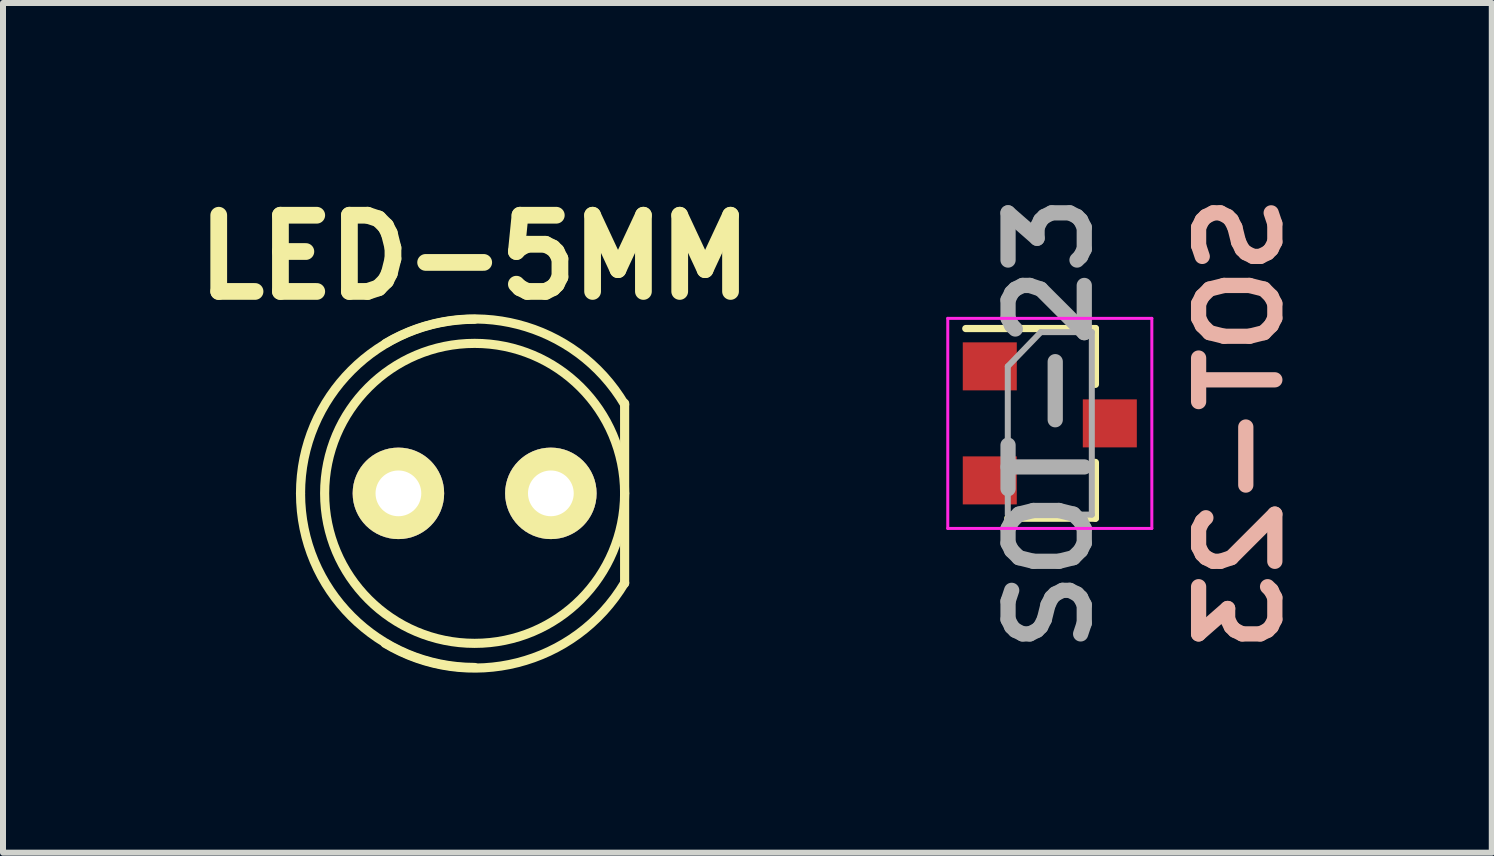
<source format=kicad_pcb>
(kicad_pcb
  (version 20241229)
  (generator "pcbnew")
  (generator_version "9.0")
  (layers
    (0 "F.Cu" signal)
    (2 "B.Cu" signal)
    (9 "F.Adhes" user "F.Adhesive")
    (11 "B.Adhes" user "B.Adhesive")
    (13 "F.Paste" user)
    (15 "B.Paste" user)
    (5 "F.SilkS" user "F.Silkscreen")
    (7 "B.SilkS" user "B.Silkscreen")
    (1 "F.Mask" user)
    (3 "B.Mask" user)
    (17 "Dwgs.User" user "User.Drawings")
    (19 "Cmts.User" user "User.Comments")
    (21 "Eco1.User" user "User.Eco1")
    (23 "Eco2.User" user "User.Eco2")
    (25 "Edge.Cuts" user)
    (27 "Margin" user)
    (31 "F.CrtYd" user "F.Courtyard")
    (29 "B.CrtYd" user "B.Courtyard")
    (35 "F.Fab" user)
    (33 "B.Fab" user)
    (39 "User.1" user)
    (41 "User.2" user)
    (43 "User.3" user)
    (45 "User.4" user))
  (footprint "SOT-23"
    (layer "F.Cu")
    (at 14.441 4.004)
    (property "Reference" "SOT-23" (at 3.175 0 270) (layer "B.SilkS") (effects (font (size 1.27 1.27) (thickness 0.254)) (justify mirror)))
    (attr smd)
    (fp_line (start 0.76 -1.58) (end -1.4 -1.58) (stroke (width 0.12) (type solid)) (layer "F.SilkS"))
    (fp_line (start 0.76 -1.58) (end 0.76 -0.65) (stroke (width 0.12) (type solid)) (layer "F.SilkS"))
    (fp_line (start 0.76 1.58) (end -0.7 1.58) (stroke (width 0.12) (type solid)) (layer "F.SilkS"))
    (fp_line (start 0.76 1.58) (end 0.76 0.65) (stroke (width 0.12) (type solid)) (layer "F.SilkS"))
    (fp_line (start -1.7 -1.75) (end 1.7 -1.75) (stroke (width 0.05) (type solid)) (layer "F.CrtYd"))
    (fp_line (start -1.7 1.75) (end -1.7 -1.75) (stroke (width 0.05) (type solid)) (layer "F.CrtYd"))
    (fp_line (start 1.7 -1.75) (end 1.7 1.75) (stroke (width 0.05) (type solid)) (layer "F.CrtYd"))
    (fp_line (start 1.7 1.75) (end -1.7 1.75) (stroke (width 0.05) (type solid)) (layer "F.CrtYd"))
    (fp_line (start -0.7 -0.95) (end -0.7 1.5) (stroke (width 0.1) (type solid)) (layer "F.Fab"))
    (fp_line (start -0.7 -0.95) (end -0.15 -1.52) (stroke (width 0.1) (type solid)) (layer "F.Fab"))
    (fp_line (start -0.7 1.52) (end 0.7 1.52) (stroke (width 0.1) (type solid)) (layer "F.Fab"))
    (fp_line (start -0.15 -1.52) (end 0.7 -1.52) (stroke (width 0.1) (type solid)) (layer "F.Fab"))
    (fp_line (start 0.7 -1.52) (end 0.7 1.52) (stroke (width 0.1) (type solid)) (layer "F.Fab"))
    (fp_text user "${REFERENCE}" (at 0 0 90) (layer "F.Fab") (effects (font (size 1.27 1.27) (thickness 0.254))))
    (pad "1" smd rect (at -1 -0.95) (size 0.9 0.8) (layers "F.Cu" "F.Mask" "F.Paste"))
    (pad "2" smd rect (at -1 0.95) (size 0.9 0.8) (layers "F.Cu" "F.Mask" "F.Paste"))
    (pad "3" smd rect (at 1 0) (size 0.9 0.8) (layers "F.Cu" "F.Mask" "F.Paste")))
  (footprint "LED-5MM"
    (layer "F.Cu")
    (at 4.858 5.17)
    (property "Reference" "LED-5MM" (at 0 -3.937 0) (layer "F.SilkS") (effects (font (size 1.27 1.27) (thickness 0.279))))
    (attr exclude_from_pos_files exclude_from_bom)
    (fp_line (start 2.499 0) (end 2.499 -1.501) (stroke (width 0.152) (type solid)) (layer "F.SilkS"))
    (fp_line (start 2.499 0) (end 2.499 1.501) (stroke (width 0.152) (type solid)) (layer "F.SilkS"))
    (fp_arc (start -2.90068 0) (mid -2.05109 -2.05109) (end 0 -2.90068) (stroke (width 0.1524) (type solid)) (layer "F.SilkS"))
    (fp_arc (start -1.48082 -2.49936) (mid 0.720217 -2.814412) (end 2.49936 -1.48082) (stroke (width 0.1524) (type solid)) (layer "F.SilkS"))
    (fp_arc (start 0 2.90068) (mid -2.05109 2.05109) (end -2.90068 0) (stroke (width 0.1524) (type solid)) (layer "F.SilkS"))
    (fp_arc (start 2.49936 1.49098) (mid 0.713032 2.821596) (end -1.49098 2.49936) (stroke (width 0.1524) (type solid)) (layer "F.SilkS"))
    (fp_circle (center 0 0) (end 2.499 0) (stroke (width 0.152) (type solid)) (fill no) (layer "F.SilkS"))
    (pad "1" thru_hole circle (at -1.27 0) (size 1.524 1.524) (drill 0.762) (layers "*.Cu" "*.Mask" "F.SilkS"))
    (pad "2" thru_hole circle (at 1.27 0) (size 1.524 1.524) (drill 0.762) (layers "*.Cu" "*.Mask" "F.SilkS")))
  (gr_rect
    (start -3 -3)
    (end 21.805 11.157)
    (stroke (width 0.1) (type default))
    (fill no)
    (layer "Edge.Cuts")))
</source>
